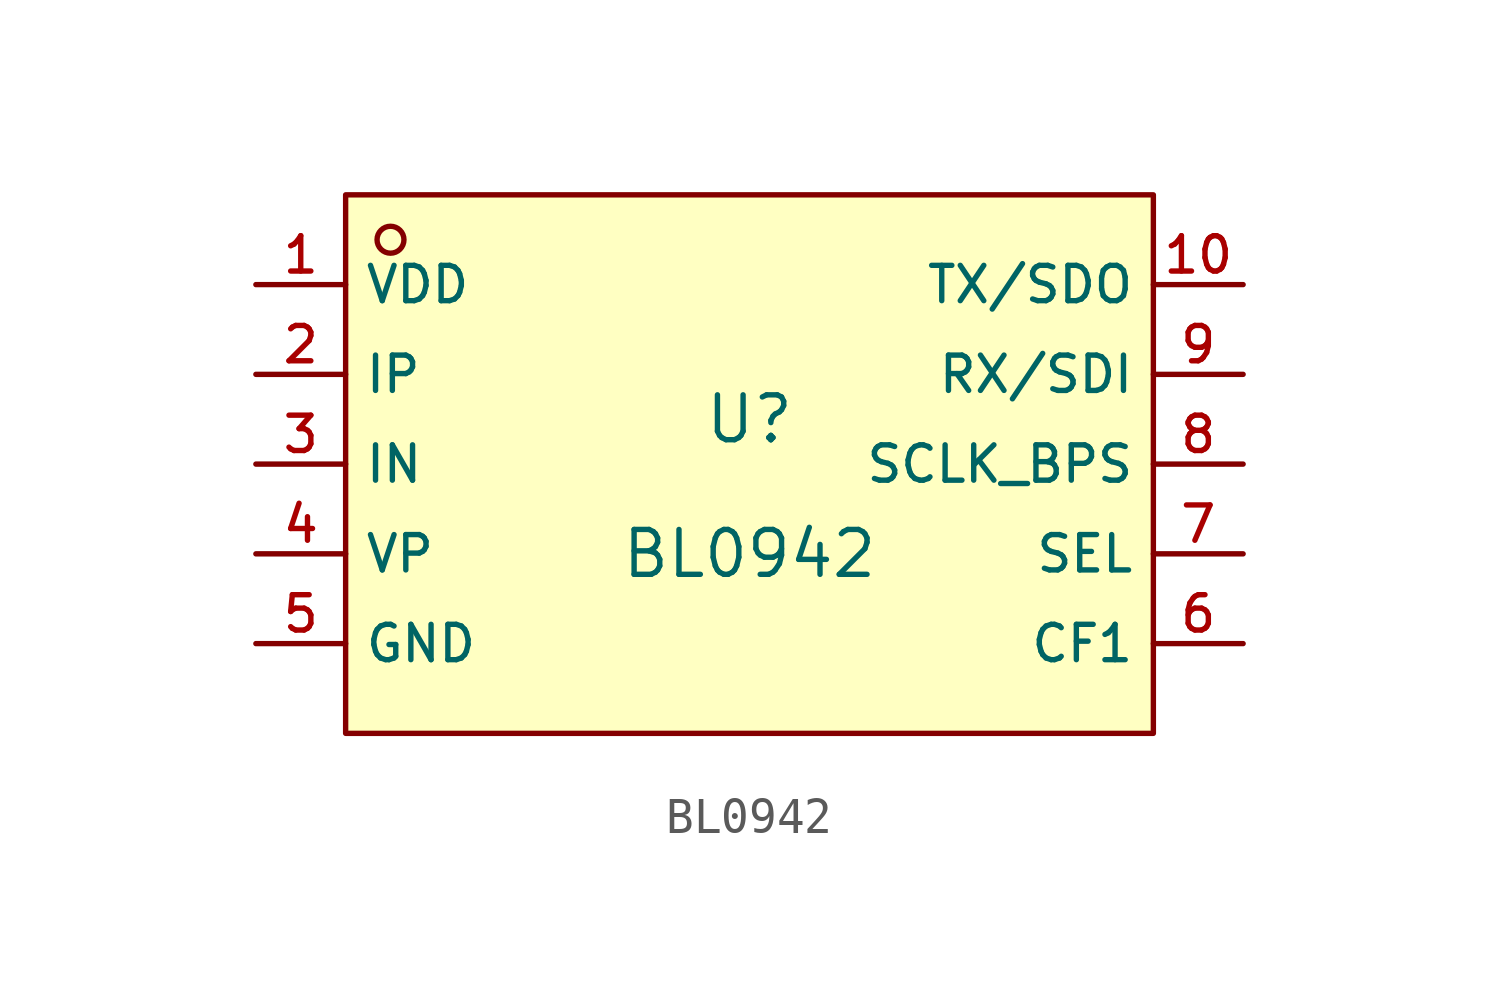
<source format=kicad_sym>
(kicad_symbol_lib
  (version 20210201)
  (generator TousstNicolas/JLC2KiCad_lib)
  (symbol "BL0942"
    (property "Reference" "U"
      (at 0 1.27 0)
      (effects (font (size 1.27 1.27))))
    (property "Value" "BL0942"
      (at 0 -2.54 0)
      (effects (font (size 1.27 1.27))))
    (symbol "BL0942_0_1"
      (rectangle (start -11.43 7.62) (end 11.43 -7.62) (stroke (width 0) (type default) (color 0 0 0 0)) (fill (type background)))
      (circle (center -10.16 6.35) (radius 0.381) (stroke (width 0) (type default) (color 0 0 0 0)) (fill (type background)))
      (pin unspecified line (at -13.97 5.08 0) (length 2.54) (name "VDD" (effects (font (size 1 1)))) (number "1" (effects (font (size 1 1)))))
      (pin unspecified line (at -13.97 2.54 0) (length 2.54) (name "IP" (effects (font (size 1 1)))) (number "2" (effects (font (size 1 1)))))
      (pin unspecified line (at -13.97 -0.0 0) (length 2.54) (name "IN" (effects (font (size 1 1)))) (number "3" (effects (font (size 1 1)))))
      (pin unspecified line (at -13.97 -2.54 0) (length 2.54) (name "VP" (effects (font (size 1 1)))) (number "4" (effects (font (size 1 1)))))
      (pin unspecified line (at -13.97 -5.08 0) (length 2.54) (name "GND" (effects (font (size 1 1)))) (number "5" (effects (font (size 1 1)))))
      (pin unspecified line (at 13.97 -5.08 180) (length 2.54) (name "CF1" (effects (font (size 1 1)))) (number "6" (effects (font (size 1 1)))))
      (pin unspecified line (at 13.97 -2.54 180) (length 2.54) (name "SEL" (effects (font (size 1 1)))) (number "7" (effects (font (size 1 1)))))
      (pin unspecified line (at 13.97 -0.0 180) (length 2.54) (name "SCLK_BPS" (effects (font (size 1 1)))) (number "8" (effects (font (size 1 1)))))
      (pin unspecified line (at 13.97 2.54 180) (length 2.54) (name "RX/SDI" (effects (font (size 1 1)))) (number "9" (effects (font (size 1 1)))))
      (pin unspecified line (at 13.97 5.08 180) (length 2.54) (name "TX/SDO" (effects (font (size 1 1)))) (number "10" (effects (font (size 1 1))))))))
</source>
